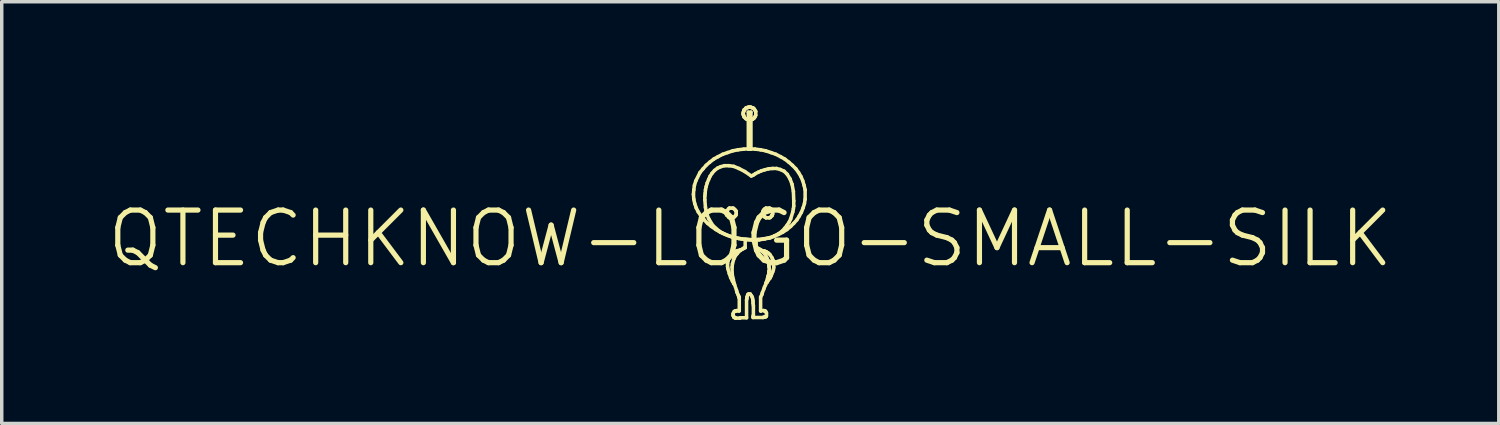
<source format=kicad_pcb>
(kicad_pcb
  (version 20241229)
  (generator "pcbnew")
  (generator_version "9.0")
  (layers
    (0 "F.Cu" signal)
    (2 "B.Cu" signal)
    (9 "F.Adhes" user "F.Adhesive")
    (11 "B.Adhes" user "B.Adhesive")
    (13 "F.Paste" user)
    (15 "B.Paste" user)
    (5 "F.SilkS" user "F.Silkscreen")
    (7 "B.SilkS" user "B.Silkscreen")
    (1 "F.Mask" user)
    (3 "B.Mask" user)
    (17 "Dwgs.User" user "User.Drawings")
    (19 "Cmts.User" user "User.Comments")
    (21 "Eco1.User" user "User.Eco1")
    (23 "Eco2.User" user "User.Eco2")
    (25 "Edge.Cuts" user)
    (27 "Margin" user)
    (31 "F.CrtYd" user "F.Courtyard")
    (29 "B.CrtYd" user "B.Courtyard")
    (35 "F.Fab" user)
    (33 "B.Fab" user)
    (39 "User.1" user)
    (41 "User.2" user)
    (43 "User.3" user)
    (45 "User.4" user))
  (footprint "QTECHKNOW-LOGO-SMALL-SILK"
    (layer "F.Cu")
    (at 18.687 3.863)
    (property "Reference" "QTECHKNOW-LOGO-SMALL-SILK" (at 0 0 0) (layer "F.SilkS") (effects (font (size 1.524 1.524) (thickness 0.15))))
    (attr exclude_from_pos_files exclude_from_bom)
    (fp_line (start -1.646 -1.283) (end -1.636 -1.412) (stroke (width 0.102) (type solid)) (layer "F.SilkS"))
    (fp_line (start -1.636 -1.412) (end -1.618 -1.542) (stroke (width 0.102) (type solid)) (layer "F.SilkS"))
    (fp_line (start -1.636 -1.143) (end -1.646 -1.283) (stroke (width 0.102) (type solid)) (layer "F.SilkS"))
    (fp_line (start -1.618 -1.542) (end -1.577 -1.674) (stroke (width 0.102) (type solid)) (layer "F.SilkS"))
    (fp_line (start -1.608 -1.013) (end -1.636 -1.143) (stroke (width 0.102) (type solid)) (layer "F.SilkS"))
    (fp_line (start -1.577 -1.674) (end -1.458 -1.913) (stroke (width 0.102) (type solid)) (layer "F.SilkS"))
    (fp_line (start -1.567 -0.892) (end -1.608 -1.013) (stroke (width 0.102) (type solid)) (layer "F.SilkS"))
    (fp_line (start -1.506 -0.772) (end -1.567 -0.892) (stroke (width 0.102) (type solid)) (layer "F.SilkS"))
    (fp_line (start -1.458 -1.913) (end -1.367 -2.022) (stroke (width 0.102) (type solid)) (layer "F.SilkS"))
    (fp_line (start -1.427 -0.653) (end -1.506 -0.772) (stroke (width 0.102) (type solid)) (layer "F.SilkS"))
    (fp_line (start -1.367 -2.022) (end -1.278 -2.123) (stroke (width 0.102) (type solid)) (layer "F.SilkS"))
    (fp_line (start -1.336 -0.544) (end -1.427 -0.653) (stroke (width 0.102) (type solid)) (layer "F.SilkS"))
    (fp_line (start -1.316 -1.232) (end -1.306 -1.313) (stroke (width 0.102) (type solid)) (layer "F.SilkS"))
    (fp_line (start -1.316 -1.123) (end -1.316 -1.232) (stroke (width 0.102) (type solid)) (layer "F.SilkS"))
    (fp_line (start -1.306 -1.313) (end -1.298 -1.412) (stroke (width 0.102) (type solid)) (layer "F.SilkS"))
    (fp_line (start -1.298 -1.412) (end -1.278 -1.504) (stroke (width 0.102) (type solid)) (layer "F.SilkS"))
    (fp_line (start -1.298 -0.902) (end -1.316 -1.123) (stroke (width 0.102) (type solid)) (layer "F.SilkS"))
    (fp_line (start -1.278 -2.123) (end -1.176 -2.212) (stroke (width 0.102) (type solid)) (layer "F.SilkS"))
    (fp_line (start -1.278 -1.504) (end -1.247 -1.613) (stroke (width 0.102) (type solid)) (layer "F.SilkS"))
    (fp_line (start -1.278 -0.792) (end -1.298 -0.902) (stroke (width 0.102) (type solid)) (layer "F.SilkS"))
    (fp_line (start -1.247 -1.613) (end -1.206 -1.712) (stroke (width 0.102) (type solid)) (layer "F.SilkS"))
    (fp_line (start -1.247 -0.683) (end -1.278 -0.792) (stroke (width 0.102) (type solid)) (layer "F.SilkS"))
    (fp_line (start -1.237 -0.442) (end -1.336 -0.544) (stroke (width 0.102) (type solid)) (layer "F.SilkS"))
    (fp_line (start -1.206 -1.712) (end -1.166 -1.803) (stroke (width 0.102) (type solid)) (layer "F.SilkS"))
    (fp_line (start -1.206 -0.582) (end -1.247 -0.683) (stroke (width 0.102) (type solid)) (layer "F.SilkS"))
    (fp_line (start -1.176 -2.212) (end -1.057 -2.304) (stroke (width 0.102) (type solid)) (layer "F.SilkS"))
    (fp_line (start -1.166 -1.803) (end -1.107 -1.892) (stroke (width 0.102) (type solid)) (layer "F.SilkS"))
    (fp_line (start -1.128 -0.353) (end -1.237 -0.442) (stroke (width 0.102) (type solid)) (layer "F.SilkS"))
    (fp_line (start -1.107 -1.892) (end -1.036 -1.974) (stroke (width 0.102) (type solid)) (layer "F.SilkS"))
    (fp_line (start -1.087 -0.384) (end -1.206 -0.582) (stroke (width 0.102) (type solid)) (layer "F.SilkS"))
    (fp_line (start -1.057 -2.304) (end -0.937 -2.372) (stroke (width 0.102) (type solid)) (layer "F.SilkS"))
    (fp_line (start -1.036 -1.974) (end -0.947 -2.042) (stroke (width 0.102) (type solid)) (layer "F.SilkS"))
    (fp_line (start -0.996 -0.262) (end -1.128 -0.353) (stroke (width 0.102) (type solid)) (layer "F.SilkS"))
    (fp_line (start -0.947 -2.042) (end -0.856 -2.083) (stroke (width 0.102) (type solid)) (layer "F.SilkS"))
    (fp_line (start -0.937 -2.372) (end -0.798 -2.443) (stroke (width 0.102) (type solid)) (layer "F.SilkS"))
    (fp_line (start -0.907 -0.224) (end -1.087 -0.384) (stroke (width 0.102) (type solid)) (layer "F.SilkS"))
    (fp_line (start -0.866 -0.183) (end -0.996 -0.262) (stroke (width 0.102) (type solid)) (layer "F.SilkS"))
    (fp_line (start -0.856 -2.083) (end -0.747 -2.113) (stroke (width 0.102) (type solid)) (layer "F.SilkS"))
    (fp_line (start -0.798 -2.443) (end -0.658 -2.492) (stroke (width 0.102) (type solid)) (layer "F.SilkS"))
    (fp_line (start -0.787 -0.152) (end -0.907 -0.224) (stroke (width 0.102) (type solid)) (layer "F.SilkS"))
    (fp_line (start -0.747 -2.113) (end -0.617 -2.113) (stroke (width 0.102) (type solid)) (layer "F.SilkS"))
    (fp_line (start -0.726 -0.122) (end -0.866 -0.183) (stroke (width 0.102) (type solid)) (layer "F.SilkS"))
    (fp_line (start -0.696 -0.752) (end -0.686 -0.772) (stroke (width 0.102) (type solid)) (layer "F.SilkS"))
    (fp_line (start -0.696 -0.724) (end -0.696 -0.752) (stroke (width 0.102) (type solid)) (layer "F.SilkS"))
    (fp_line (start -0.686 -0.803) (end -0.617 -0.874) (stroke (width 0.102) (type solid)) (layer "F.SilkS"))
    (fp_line (start -0.686 -0.772) (end -0.686 -0.803) (stroke (width 0.102) (type solid)) (layer "F.SilkS"))
    (fp_line (start -0.686 -0.714) (end -0.696 -0.724) (stroke (width 0.102) (type solid)) (layer "F.SilkS"))
    (fp_line (start -0.686 -0.683) (end -0.686 -0.714) (stroke (width 0.102) (type solid)) (layer "F.SilkS"))
    (fp_line (start -0.658 -2.492) (end -0.508 -2.543) (stroke (width 0.102) (type solid)) (layer "F.SilkS"))
    (fp_line (start -0.658 -0.094) (end -0.787 -0.152) (stroke (width 0.102) (type solid)) (layer "F.SilkS"))
    (fp_line (start -0.658 0.724) (end -0.648 0.655) (stroke (width 0.102) (type solid)) (layer "F.SilkS"))
    (fp_line (start -0.658 0.805) (end -0.658 0.724) (stroke (width 0.102) (type solid)) (layer "F.SilkS"))
    (fp_line (start -0.648 0.655) (end -0.627 0.594) (stroke (width 0.102) (type solid)) (layer "F.SilkS"))
    (fp_line (start -0.648 0.874) (end -0.658 0.805) (stroke (width 0.102) (type solid)) (layer "F.SilkS"))
    (fp_line (start -0.627 0.594) (end -0.597 0.526) (stroke (width 0.102) (type solid)) (layer "F.SilkS"))
    (fp_line (start -0.617 -2.113) (end -0.478 -2.093) (stroke (width 0.102) (type solid)) (layer "F.SilkS"))
    (fp_line (start -0.617 -0.874) (end -0.607 -0.874) (stroke (width 0.102) (type solid)) (layer "F.SilkS"))
    (fp_line (start -0.617 -0.612) (end -0.686 -0.683) (stroke (width 0.102) (type solid)) (layer "F.SilkS"))
    (fp_line (start -0.607 -0.874) (end -0.597 -0.884) (stroke (width 0.102) (type solid)) (layer "F.SilkS"))
    (fp_line (start -0.607 -0.612) (end -0.617 -0.612) (stroke (width 0.102) (type solid)) (layer "F.SilkS"))
    (fp_line (start -0.607 1.016) (end -0.648 0.874) (stroke (width 0.102) (type solid)) (layer "F.SilkS"))
    (fp_line (start -0.597 -0.884) (end -0.508 -0.884) (stroke (width 0.102) (type solid)) (layer "F.SilkS"))
    (fp_line (start -0.597 -0.602) (end -0.607 -0.612) (stroke (width 0.102) (type solid)) (layer "F.SilkS"))
    (fp_line (start -0.597 0.526) (end -0.556 0.465) (stroke (width 0.102) (type solid)) (layer "F.SilkS"))
    (fp_line (start -0.577 -0.064) (end -0.726 -0.122) (stroke (width 0.102) (type solid)) (layer "F.SilkS"))
    (fp_line (start -0.566 1.135) (end -0.607 1.016) (stroke (width 0.102) (type solid)) (layer "F.SilkS"))
    (fp_line (start -0.556 0.465) (end -0.516 0.424) (stroke (width 0.102) (type solid)) (layer "F.SilkS"))
    (fp_line (start -0.536 1.184) (end -0.566 1.135) (stroke (width 0.102) (type solid)) (layer "F.SilkS"))
    (fp_line (start -0.526 0.826) (end -0.516 0.734) (stroke (width 0.102) (type solid)) (layer "F.SilkS"))
    (fp_line (start -0.526 0.986) (end -0.526 0.826) (stroke (width 0.102) (type solid)) (layer "F.SilkS"))
    (fp_line (start -0.516 0.424) (end -0.488 0.404) (stroke (width 0.102) (type solid)) (layer "F.SilkS"))
    (fp_line (start -0.516 0.734) (end -0.478 0.594) (stroke (width 0.102) (type solid)) (layer "F.SilkS"))
    (fp_line (start -0.516 1.234) (end -0.536 1.184) (stroke (width 0.102) (type solid)) (layer "F.SilkS"))
    (fp_line (start -0.508 -2.543) (end -0.356 -2.573) (stroke (width 0.102) (type solid)) (layer "F.SilkS"))
    (fp_line (start -0.508 -0.884) (end -0.498 -0.874) (stroke (width 0.102) (type solid)) (layer "F.SilkS"))
    (fp_line (start -0.508 -0.602) (end -0.597 -0.602) (stroke (width 0.102) (type solid)) (layer "F.SilkS"))
    (fp_line (start -0.508 -0.043) (end -0.658 -0.094) (stroke (width 0.102) (type solid)) (layer "F.SilkS"))
    (fp_line (start -0.508 1.125) (end -0.526 0.986) (stroke (width 0.102) (type solid)) (layer "F.SilkS"))
    (fp_line (start -0.498 -0.874) (end -0.478 -0.874) (stroke (width 0.102) (type solid)) (layer "F.SilkS"))
    (fp_line (start -0.498 -0.612) (end -0.508 -0.602) (stroke (width 0.102) (type solid)) (layer "F.SilkS"))
    (fp_line (start -0.498 2.174) (end -0.467 2.116) (stroke (width 0.102) (type solid)) (layer "F.SilkS"))
    (fp_line (start -0.498 2.225) (end -0.498 2.174) (stroke (width 0.102) (type solid)) (layer "F.SilkS"))
    (fp_line (start -0.488 0.404) (end -0.457 0.376) (stroke (width 0.102) (type solid)) (layer "F.SilkS"))
    (fp_line (start -0.488 1.194) (end -0.508 1.125) (stroke (width 0.102) (type solid)) (layer "F.SilkS"))
    (fp_line (start -0.488 1.275) (end -0.516 1.234) (stroke (width 0.102) (type solid)) (layer "F.SilkS"))
    (fp_line (start -0.488 2.245) (end -0.498 2.225) (stroke (width 0.102) (type solid)) (layer "F.SilkS"))
    (fp_line (start -0.478 -2.093) (end -0.328 -2.032) (stroke (width 0.102) (type solid)) (layer "F.SilkS"))
    (fp_line (start -0.478 -0.874) (end -0.427 -0.823) (stroke (width 0.102) (type solid)) (layer "F.SilkS"))
    (fp_line (start -0.478 -0.612) (end -0.498 -0.612) (stroke (width 0.102) (type solid)) (layer "F.SilkS"))
    (fp_line (start -0.478 0.594) (end -0.417 0.475) (stroke (width 0.102) (type solid)) (layer "F.SilkS"))
    (fp_line (start -0.478 1.265) (end -0.488 1.194) (stroke (width 0.102) (type solid)) (layer "F.SilkS"))
    (fp_line (start -0.478 1.306) (end -0.488 1.275) (stroke (width 0.102) (type solid)) (layer "F.SilkS"))
    (fp_line (start -0.478 2.256) (end -0.488 2.245) (stroke (width 0.102) (type solid)) (layer "F.SilkS"))
    (fp_line (start -0.478 2.276) (end -0.478 2.256) (stroke (width 0.102) (type solid)) (layer "F.SilkS"))
    (fp_line (start -0.467 2.116) (end -0.457 2.106) (stroke (width 0.102) (type solid)) (layer "F.SilkS"))
    (fp_line (start -0.457 0.376) (end -0.437 0.376) (stroke (width 0.102) (type solid)) (layer "F.SilkS"))
    (fp_line (start -0.457 1.326) (end -0.478 1.265) (stroke (width 0.102) (type solid)) (layer "F.SilkS"))
    (fp_line (start -0.457 1.326) (end -0.478 1.306) (stroke (width 0.102) (type solid)) (layer "F.SilkS"))
    (fp_line (start -0.457 2.106) (end -0.437 2.106) (stroke (width 0.102) (type solid)) (layer "F.SilkS"))
    (fp_line (start -0.457 2.286) (end -0.478 2.276) (stroke (width 0.102) (type solid)) (layer "F.SilkS"))
    (fp_line (start -0.447 2.294) (end -0.457 2.286) (stroke (width 0.102) (type solid)) (layer "F.SilkS"))
    (fp_line (start -0.437 0.376) (end -0.396 0.356) (stroke (width 0.102) (type solid)) (layer "F.SilkS"))
    (fp_line (start -0.437 2.106) (end -0.427 2.095) (stroke (width 0.102) (type solid)) (layer "F.SilkS"))
    (fp_line (start -0.427 -0.823) (end -0.427 -0.813) (stroke (width 0.102) (type solid)) (layer "F.SilkS"))
    (fp_line (start -0.427 -0.813) (end -0.417 -0.803) (stroke (width 0.102) (type solid)) (layer "F.SilkS"))
    (fp_line (start -0.427 -0.673) (end -0.427 -0.663) (stroke (width 0.102) (type solid)) (layer "F.SilkS"))
    (fp_line (start -0.427 -0.663) (end -0.478 -0.612) (stroke (width 0.102) (type solid)) (layer "F.SilkS"))
    (fp_line (start -0.427 2.095) (end -0.406 2.095) (stroke (width 0.102) (type solid)) (layer "F.SilkS"))
    (fp_line (start -0.427 2.294) (end -0.447 2.294) (stroke (width 0.102) (type solid)) (layer "F.SilkS"))
    (fp_line (start -0.417 -0.803) (end -0.406 -0.782) (stroke (width 0.102) (type solid)) (layer "F.SilkS"))
    (fp_line (start -0.417 -0.683) (end -0.427 -0.673) (stroke (width 0.102) (type solid)) (layer "F.SilkS"))
    (fp_line (start -0.417 -0.023) (end -0.577 -0.064) (stroke (width 0.102) (type solid)) (layer "F.SilkS"))
    (fp_line (start -0.417 0.475) (end -0.376 0.434) (stroke (width 0.102) (type solid)) (layer "F.SilkS"))
    (fp_line (start -0.417 2.304) (end -0.427 2.294) (stroke (width 0.102) (type solid)) (layer "F.SilkS"))
    (fp_line (start -0.406 -0.782) (end -0.406 -0.704) (stroke (width 0.102) (type solid)) (layer "F.SilkS"))
    (fp_line (start -0.406 -0.704) (end -0.417 -0.683) (stroke (width 0.102) (type solid)) (layer "F.SilkS"))
    (fp_line (start -0.406 2.095) (end -0.386 2.085) (stroke (width 0.102) (type solid)) (layer "F.SilkS"))
    (fp_line (start -0.396 0.356) (end -0.366 0.356) (stroke (width 0.102) (type solid)) (layer "F.SilkS"))
    (fp_line (start -0.396 1.504) (end -0.457 1.326) (stroke (width 0.102) (type solid)) (layer "F.SilkS"))
    (fp_line (start -0.386 1.554) (end -0.396 1.504) (stroke (width 0.102) (type solid)) (layer "F.SilkS"))
    (fp_line (start -0.386 2.085) (end -0.348 2.085) (stroke (width 0.102) (type solid)) (layer "F.SilkS"))
    (fp_line (start -0.376 0.434) (end -0.348 0.394) (stroke (width 0.102) (type solid)) (layer "F.SilkS"))
    (fp_line (start -0.366 0.356) (end -0.348 0.345) (stroke (width 0.102) (type solid)) (layer "F.SilkS"))
    (fp_line (start -0.356 -2.573) (end -0.188 -2.593) (stroke (width 0.102) (type solid)) (layer "F.SilkS"))
    (fp_line (start -0.348 0.345) (end -0.318 0.345) (stroke (width 0.102) (type solid)) (layer "F.SilkS"))
    (fp_line (start -0.348 0.394) (end -0.307 0.356) (stroke (width 0.102) (type solid)) (layer "F.SilkS"))
    (fp_line (start -0.348 1.636) (end -0.386 1.554) (stroke (width 0.102) (type solid)) (layer "F.SilkS"))
    (fp_line (start -0.348 2.085) (end -0.338 2.095) (stroke (width 0.102) (type solid)) (layer "F.SilkS"))
    (fp_line (start -0.338 -0.003) (end -0.508 -0.043) (stroke (width 0.102) (type solid)) (layer "F.SilkS"))
    (fp_line (start -0.338 1.664) (end -0.348 1.636) (stroke (width 0.102) (type solid)) (layer "F.SilkS"))
    (fp_line (start -0.338 2.095) (end -0.318 2.095) (stroke (width 0.102) (type solid)) (layer "F.SilkS"))
    (fp_line (start -0.328 -2.032) (end -0.157 -1.943) (stroke (width 0.102) (type solid)) (layer "F.SilkS"))
    (fp_line (start -0.328 1.684) (end -0.338 1.664) (stroke (width 0.102) (type solid)) (layer "F.SilkS"))
    (fp_line (start -0.328 1.704) (end -0.328 1.684) (stroke (width 0.102) (type solid)) (layer "F.SilkS"))
    (fp_line (start -0.318 0.345) (end -0.297 0.335) (stroke (width 0.102) (type solid)) (layer "F.SilkS"))
    (fp_line (start -0.318 1.704) (end -0.328 1.704) (stroke (width 0.102) (type solid)) (layer "F.SilkS"))
    (fp_line (start -0.318 2.095) (end -0.318 1.704) (stroke (width 0.102) (type solid)) (layer "F.SilkS"))
    (fp_line (start -0.307 0.356) (end -0.277 0.335) (stroke (width 0.102) (type solid)) (layer "F.SilkS"))
    (fp_line (start -0.307 2.304) (end -0.417 2.304) (stroke (width 0.102) (type solid)) (layer "F.SilkS"))
    (fp_line (start -0.297 0.335) (end -0.287 0.335) (stroke (width 0.102) (type solid)) (layer "F.SilkS"))
    (fp_line (start -0.287 0.335) (end -0.267 0.325) (stroke (width 0.102) (type solid)) (layer "F.SilkS"))
    (fp_line (start -0.287 2.294) (end -0.307 2.304) (stroke (width 0.102) (type solid)) (layer "F.SilkS"))
    (fp_line (start -0.277 0.335) (end -0.236 0.305) (stroke (width 0.102) (type solid)) (layer "F.SilkS"))
    (fp_line (start -0.257 0.005) (end -0.417 -0.023) (stroke (width 0.102) (type solid)) (layer "F.SilkS"))
    (fp_line (start -0.236 0.305) (end -0.206 0.295) (stroke (width 0.102) (type solid)) (layer "F.SilkS"))
    (fp_line (start -0.206 -3.642) (end -0.196 -3.663) (stroke (width 0.102) (type solid)) (layer "F.SilkS"))
    (fp_line (start -0.206 -3.602) (end -0.206 -3.642) (stroke (width 0.102) (type solid)) (layer "F.SilkS"))
    (fp_line (start -0.206 0.295) (end -0.188 0.274) (stroke (width 0.102) (type solid)) (layer "F.SilkS"))
    (fp_line (start -0.196 -3.683) (end -0.188 -3.693) (stroke (width 0.102) (type solid)) (layer "F.SilkS"))
    (fp_line (start -0.196 -3.663) (end -0.196 -3.683) (stroke (width 0.102) (type solid)) (layer "F.SilkS"))
    (fp_line (start -0.196 -3.592) (end -0.206 -3.602) (stroke (width 0.102) (type solid)) (layer "F.SilkS"))
    (fp_line (start -0.196 -3.574) (end -0.196 -3.592) (stroke (width 0.102) (type solid)) (layer "F.SilkS"))
    (fp_line (start -0.188 -3.693) (end -0.178 -3.713) (stroke (width 0.102) (type solid)) (layer "F.SilkS"))
    (fp_line (start -0.188 -2.593) (end -0.028 -2.603) (stroke (width 0.102) (type solid)) (layer "F.SilkS"))
    (fp_line (start -0.188 0.274) (end -0.168 0.264) (stroke (width 0.102) (type solid)) (layer "F.SilkS"))
    (fp_line (start -0.178 -3.734) (end -0.157 -3.744) (stroke (width 0.102) (type solid)) (layer "F.SilkS"))
    (fp_line (start -0.178 -3.713) (end -0.178 -3.734) (stroke (width 0.102) (type solid)) (layer "F.SilkS"))
    (fp_line (start -0.178 -3.533) (end -0.196 -3.574) (stroke (width 0.102) (type solid)) (layer "F.SilkS"))
    (fp_line (start -0.178 -3.523) (end -0.178 -3.533) (stroke (width 0.102) (type solid)) (layer "F.SilkS"))
    (fp_line (start -0.168 0.264) (end -0.147 0.264) (stroke (width 0.102) (type solid)) (layer "F.SilkS"))
    (fp_line (start -0.157 -3.744) (end -0.147 -3.752) (stroke (width 0.102) (type solid)) (layer "F.SilkS"))
    (fp_line (start -0.157 -1.943) (end 0.03 -1.814) (stroke (width 0.102) (type solid)) (layer "F.SilkS"))
    (fp_line (start -0.147 -3.752) (end -0.137 -3.772) (stroke (width 0.102) (type solid)) (layer "F.SilkS"))
    (fp_line (start -0.147 0.025) (end -0.338 -0.003) (stroke (width 0.102) (type solid)) (layer "F.SilkS"))
    (fp_line (start -0.147 0.025) (end 0.17 0.036) (stroke (width 0.102) (type solid)) (layer "F.SilkS"))
    (fp_line (start -0.147 0.264) (end -0.147 0.025) (stroke (width 0.102) (type solid)) (layer "F.SilkS"))
    (fp_line (start -0.137 -3.772) (end -0.127 -3.782) (stroke (width 0.102) (type solid)) (layer "F.SilkS"))
    (fp_line (start -0.127 -3.782) (end -0.107 -3.792) (stroke (width 0.102) (type solid)) (layer "F.SilkS"))
    (fp_line (start -0.127 -3.472) (end -0.178 -3.523) (stroke (width 0.102) (type solid)) (layer "F.SilkS"))
    (fp_line (start -0.107 -3.792) (end -0.086 -3.792) (stroke (width 0.102) (type solid)) (layer "F.SilkS"))
    (fp_line (start -0.107 1.775) (end -0.107 2.294) (stroke (width 0.102) (type solid)) (layer "F.SilkS"))
    (fp_line (start -0.107 2.294) (end -0.287 2.294) (stroke (width 0.102) (type solid)) (layer "F.SilkS"))
    (fp_line (start -0.097 0.025) (end -0.257 0.005) (stroke (width 0.102) (type solid)) (layer "F.SilkS"))
    (fp_line (start -0.097 1.694) (end -0.097 1.735) (stroke (width 0.102) (type solid)) (layer "F.SilkS"))
    (fp_line (start -0.097 1.735) (end -0.107 1.775) (stroke (width 0.102) (type solid)) (layer "F.SilkS"))
    (fp_line (start -0.086 -3.792) (end -0.076 -3.802) (stroke (width 0.102) (type solid)) (layer "F.SilkS"))
    (fp_line (start -0.086 -3.452) (end -0.127 -3.472) (stroke (width 0.102) (type solid)) (layer "F.SilkS"))
    (fp_line (start -0.076 -3.802) (end -0.056 -3.802) (stroke (width 0.102) (type solid)) (layer "F.SilkS"))
    (fp_line (start -0.076 -3.452) (end -0.086 -3.452) (stroke (width 0.102) (type solid)) (layer "F.SilkS"))
    (fp_line (start -0.076 1.636) (end -0.097 1.694) (stroke (width 0.102) (type solid)) (layer "F.SilkS"))
    (fp_line (start -0.066 1.615) (end -0.076 1.636) (stroke (width 0.102) (type solid)) (layer "F.SilkS"))
    (fp_line (start -0.056 -3.802) (end -0.036 -3.813) (stroke (width 0.102) (type solid)) (layer "F.SilkS"))
    (fp_line (start -0.056 -3.663) (end 0.02 -3.663) (stroke (width 0.102) (type solid)) (layer "F.SilkS"))
    (fp_line (start -0.056 -3.442) (end -0.076 -3.452) (stroke (width 0.102) (type solid)) (layer "F.SilkS"))
    (fp_line (start -0.056 -2.593) (end -0.056 -3.663) (stroke (width 0.102) (type solid)) (layer "F.SilkS"))
    (fp_line (start -0.046 1.605) (end -0.066 1.615) (stroke (width 0.102) (type solid)) (layer "F.SilkS"))
    (fp_line (start -0.036 -3.813) (end 0 -3.813) (stroke (width 0.102) (type solid)) (layer "F.SilkS"))
    (fp_line (start -0.028 -2.603) (end 0.14 -2.593) (stroke (width 0.102) (type solid)) (layer "F.SilkS"))
    (fp_line (start 0 -3.813) (end 0.02 -3.802) (stroke (width 0.102) (type solid)) (layer "F.SilkS"))
    (fp_line (start 0 1.605) (end -0.046 1.605) (stroke (width 0.102) (type solid)) (layer "F.SilkS"))
    (fp_line (start 0.02 -3.802) (end 0.03 -3.802) (stroke (width 0.102) (type solid)) (layer "F.SilkS"))
    (fp_line (start 0.02 -3.663) (end 0.02 -2.593) (stroke (width 0.102) (type solid)) (layer "F.SilkS"))
    (fp_line (start 0.02 -3.442) (end -0.056 -3.442) (stroke (width 0.102) (type solid)) (layer "F.SilkS"))
    (fp_line (start 0.02 -2.593) (end -0.056 -2.593) (stroke (width 0.102) (type solid)) (layer "F.SilkS"))
    (fp_line (start 0.03 -3.802) (end 0.051 -3.792) (stroke (width 0.102) (type solid)) (layer "F.SilkS"))
    (fp_line (start 0.03 -3.452) (end 0.02 -3.442) (stroke (width 0.102) (type solid)) (layer "F.SilkS"))
    (fp_line (start 0.03 -1.814) (end 0.091 -1.841) (stroke (width 0.102) (type solid)) (layer "F.SilkS"))
    (fp_line (start 0.041 1.664) (end 0 1.605) (stroke (width 0.102) (type solid)) (layer "F.SilkS"))
    (fp_line (start 0.051 -3.792) (end 0.071 -3.792) (stroke (width 0.102) (type solid)) (layer "F.SilkS"))
    (fp_line (start 0.051 -3.452) (end 0.03 -3.452) (stroke (width 0.102) (type solid)) (layer "F.SilkS"))
    (fp_line (start 0.061 1.704) (end 0.041 1.664) (stroke (width 0.102) (type solid)) (layer "F.SilkS"))
    (fp_line (start 0.071 -3.792) (end 0.081 -3.782) (stroke (width 0.102) (type solid)) (layer "F.SilkS"))
    (fp_line (start 0.071 -3.462) (end 0.051 -3.452) (stroke (width 0.102) (type solid)) (layer "F.SilkS"))
    (fp_line (start 0.071 0.036) (end -0.147 0.025) (stroke (width 0.102) (type solid)) (layer "F.SilkS"))
    (fp_line (start 0.071 0.036) (end -0.097 0.025) (stroke (width 0.102) (type solid)) (layer "F.SilkS"))
    (fp_line (start 0.071 1.755) (end 0.061 1.704) (stroke (width 0.102) (type solid)) (layer "F.SilkS"))
    (fp_line (start 0.081 -3.782) (end 0.102 -3.772) (stroke (width 0.102) (type solid)) (layer "F.SilkS"))
    (fp_line (start 0.081 -3.472) (end 0.071 -3.462) (stroke (width 0.102) (type solid)) (layer "F.SilkS"))
    (fp_line (start 0.081 1.814) (end 0.071 1.755) (stroke (width 0.102) (type solid)) (layer "F.SilkS"))
    (fp_line (start 0.081 1.875) (end 0.081 1.814) (stroke (width 0.102) (type solid)) (layer "F.SilkS"))
    (fp_line (start 0.081 2.256) (end 0.091 2.215) (stroke (width 0.102) (type solid)) (layer "F.SilkS"))
    (fp_line (start 0.081 2.286) (end 0.081 2.256) (stroke (width 0.102) (type solid)) (layer "F.SilkS"))
    (fp_line (start 0.091 -1.841) (end 0.15 -1.882) (stroke (width 0.102) (type solid)) (layer "F.SilkS"))
    (fp_line (start 0.091 1.946) (end 0.081 1.875) (stroke (width 0.102) (type solid)) (layer "F.SilkS"))
    (fp_line (start 0.091 2.215) (end 0.091 1.946) (stroke (width 0.102) (type solid)) (layer "F.SilkS"))
    (fp_line (start 0.102 -3.772) (end 0.112 -3.752) (stroke (width 0.102) (type solid)) (layer "F.SilkS"))
    (fp_line (start 0.102 -3.482) (end 0.081 -3.472) (stroke (width 0.102) (type solid)) (layer "F.SilkS"))
    (fp_line (start 0.112 -3.752) (end 0.13 -3.734) (stroke (width 0.102) (type solid)) (layer "F.SilkS"))
    (fp_line (start 0.122 -3.503) (end 0.102 -3.482) (stroke (width 0.102) (type solid)) (layer "F.SilkS"))
    (fp_line (start 0.13 -3.734) (end 0.15 -3.693) (stroke (width 0.102) (type solid)) (layer "F.SilkS"))
    (fp_line (start 0.13 -3.523) (end 0.122 -3.503) (stroke (width 0.102) (type solid)) (layer "F.SilkS"))
    (fp_line (start 0.14 -3.533) (end 0.13 -3.523) (stroke (width 0.102) (type solid)) (layer "F.SilkS"))
    (fp_line (start 0.14 -2.593) (end 0.3 -2.573) (stroke (width 0.102) (type solid)) (layer "F.SilkS"))
    (fp_line (start 0.15 -3.693) (end 0.16 -3.683) (stroke (width 0.102) (type solid)) (layer "F.SilkS"))
    (fp_line (start 0.15 -1.882) (end 0.231 -1.923) (stroke (width 0.102) (type solid)) (layer "F.SilkS"))
    (fp_line (start 0.16 -3.683) (end 0.16 -3.574) (stroke (width 0.102) (type solid)) (layer "F.SilkS"))
    (fp_line (start 0.16 -3.574) (end 0.14 -3.533) (stroke (width 0.102) (type solid)) (layer "F.SilkS"))
    (fp_line (start 0.17 0.036) (end 0.17 0.264) (stroke (width 0.102) (type solid)) (layer "F.SilkS"))
    (fp_line (start 0.17 0.264) (end 0.231 0.284) (stroke (width 0.102) (type solid)) (layer "F.SilkS"))
    (fp_line (start 0.231 -1.923) (end 0.32 -1.963) (stroke (width 0.102) (type solid)) (layer "F.SilkS"))
    (fp_line (start 0.231 0.025) (end 0.071 0.036) (stroke (width 0.102) (type solid)) (layer "F.SilkS"))
    (fp_line (start 0.231 0.284) (end 0.29 0.315) (stroke (width 0.102) (type solid)) (layer "F.SilkS"))
    (fp_line (start 0.262 0.036) (end 0.071 0.036) (stroke (width 0.102) (type solid)) (layer "F.SilkS"))
    (fp_line (start 0.29 0.315) (end 0.34 0.356) (stroke (width 0.102) (type solid)) (layer "F.SilkS"))
    (fp_line (start 0.3 -2.573) (end 0.45 -2.543) (stroke (width 0.102) (type solid)) (layer "F.SilkS"))
    (fp_line (start 0.3 1.694) (end 0.3 2.095) (stroke (width 0.102) (type solid)) (layer "F.SilkS"))
    (fp_line (start 0.3 2.095) (end 0.31 2.095) (stroke (width 0.102) (type solid)) (layer "F.SilkS"))
    (fp_line (start 0.31 2.095) (end 0.32 2.085) (stroke (width 0.102) (type solid)) (layer "F.SilkS"))
    (fp_line (start 0.32 -1.963) (end 0.422 -1.994) (stroke (width 0.102) (type solid)) (layer "F.SilkS"))
    (fp_line (start 0.32 2.085) (end 0.391 2.085) (stroke (width 0.102) (type solid)) (layer "F.SilkS"))
    (fp_line (start 0.34 0.345) (end 0.32 0.345) (stroke (width 0.102) (type solid)) (layer "F.SilkS"))
    (fp_line (start 0.34 0.356) (end 0.381 0.404) (stroke (width 0.102) (type solid)) (layer "F.SilkS"))
    (fp_line (start 0.34 1.615) (end 0.3 1.694) (stroke (width 0.102) (type solid)) (layer "F.SilkS"))
    (fp_line (start 0.351 0.356) (end 0.34 0.345) (stroke (width 0.102) (type solid)) (layer "F.SilkS"))
    (fp_line (start 0.351 1.565) (end 0.34 1.615) (stroke (width 0.102) (type solid)) (layer "F.SilkS"))
    (fp_line (start 0.361 -0.752) (end 0.371 -0.772) (stroke (width 0.102) (type solid)) (layer "F.SilkS"))
    (fp_line (start 0.361 -0.724) (end 0.361 -0.752) (stroke (width 0.102) (type solid)) (layer "F.SilkS"))
    (fp_line (start 0.371 -0.803) (end 0.401 -0.833) (stroke (width 0.102) (type solid)) (layer "F.SilkS"))
    (fp_line (start 0.371 -0.772) (end 0.371 -0.803) (stroke (width 0.102) (type solid)) (layer "F.SilkS"))
    (fp_line (start 0.371 -0.714) (end 0.361 -0.724) (stroke (width 0.102) (type solid)) (layer "F.SilkS"))
    (fp_line (start 0.371 -0.683) (end 0.371 -0.714) (stroke (width 0.102) (type solid)) (layer "F.SilkS"))
    (fp_line (start 0.371 2.286) (end 0.081 2.286) (stroke (width 0.102) (type solid)) (layer "F.SilkS"))
    (fp_line (start 0.381 0.404) (end 0.422 0.445) (stroke (width 0.102) (type solid)) (layer "F.SilkS"))
    (fp_line (start 0.391 0.005) (end 0.231 0.025) (stroke (width 0.102) (type solid)) (layer "F.SilkS"))
    (fp_line (start 0.391 0.356) (end 0.351 0.356) (stroke (width 0.102) (type solid)) (layer "F.SilkS"))
    (fp_line (start 0.391 1.466) (end 0.351 1.565) (stroke (width 0.102) (type solid)) (layer "F.SilkS"))
    (fp_line (start 0.391 2.085) (end 0.411 2.095) (stroke (width 0.102) (type solid)) (layer "F.SilkS"))
    (fp_line (start 0.391 2.276) (end 0.371 2.286) (stroke (width 0.102) (type solid)) (layer "F.SilkS"))
    (fp_line (start 0.401 -0.843) (end 0.411 -0.853) (stroke (width 0.102) (type solid)) (layer "F.SilkS"))
    (fp_line (start 0.401 -0.833) (end 0.401 -0.843) (stroke (width 0.102) (type solid)) (layer "F.SilkS"))
    (fp_line (start 0.401 -0.653) (end 0.371 -0.683) (stroke (width 0.102) (type solid)) (layer "F.SilkS"))
    (fp_line (start 0.401 -0.643) (end 0.401 -0.653) (stroke (width 0.102) (type solid)) (layer "F.SilkS"))
    (fp_line (start 0.401 0.366) (end 0.391 0.356) (stroke (width 0.102) (type solid)) (layer "F.SilkS"))
    (fp_line (start 0.411 -0.853) (end 0.432 -0.864) (stroke (width 0.102) (type solid)) (layer "F.SilkS"))
    (fp_line (start 0.411 -0.632) (end 0.401 -0.643) (stroke (width 0.102) (type solid)) (layer "F.SilkS"))
    (fp_line (start 0.411 1.405) (end 0.391 1.466) (stroke (width 0.102) (type solid)) (layer "F.SilkS"))
    (fp_line (start 0.411 2.095) (end 0.432 2.095) (stroke (width 0.102) (type solid)) (layer "F.SilkS"))
    (fp_line (start 0.422 -1.994) (end 0.531 -2.022) (stroke (width 0.102) (type solid)) (layer "F.SilkS"))
    (fp_line (start 0.422 0.366) (end 0.401 0.366) (stroke (width 0.102) (type solid)) (layer "F.SilkS"))
    (fp_line (start 0.422 0.445) (end 0.45 0.495) (stroke (width 0.102) (type solid)) (layer "F.SilkS"))
    (fp_line (start 0.422 2.276) (end 0.391 2.276) (stroke (width 0.102) (type solid)) (layer "F.SilkS"))
    (fp_line (start 0.432 -0.864) (end 0.442 -0.874) (stroke (width 0.102) (type solid)) (layer "F.SilkS"))
    (fp_line (start 0.432 -0.622) (end 0.411 -0.632) (stroke (width 0.102) (type solid)) (layer "F.SilkS"))
    (fp_line (start 0.432 0.005) (end 0.262 0.036) (stroke (width 0.102) (type solid)) (layer "F.SilkS"))
    (fp_line (start 0.432 0.376) (end 0.422 0.366) (stroke (width 0.102) (type solid)) (layer "F.SilkS"))
    (fp_line (start 0.432 2.095) (end 0.45 2.116) (stroke (width 0.102) (type solid)) (layer "F.SilkS"))
    (fp_line (start 0.432 2.266) (end 0.422 2.276) (stroke (width 0.102) (type solid)) (layer "F.SilkS"))
    (fp_line (start 0.442 -0.874) (end 0.45 -0.874) (stroke (width 0.102) (type solid)) (layer "F.SilkS"))
    (fp_line (start 0.442 -0.612) (end 0.432 -0.622) (stroke (width 0.102) (type solid)) (layer "F.SilkS"))
    (fp_line (start 0.442 1.344) (end 0.411 1.405) (stroke (width 0.102) (type solid)) (layer "F.SilkS"))
    (fp_line (start 0.442 2.266) (end 0.432 2.266) (stroke (width 0.102) (type solid)) (layer "F.SilkS"))
    (fp_line (start 0.45 -2.543) (end 0.602 -2.492) (stroke (width 0.102) (type solid)) (layer "F.SilkS"))
    (fp_line (start 0.45 -0.874) (end 0.46 -0.884) (stroke (width 0.102) (type solid)) (layer "F.SilkS"))
    (fp_line (start 0.45 -0.612) (end 0.442 -0.612) (stroke (width 0.102) (type solid)) (layer "F.SilkS"))
    (fp_line (start 0.45 0.376) (end 0.432 0.376) (stroke (width 0.102) (type solid)) (layer "F.SilkS"))
    (fp_line (start 0.45 0.495) (end 0.48 0.554) (stroke (width 0.102) (type solid)) (layer "F.SilkS"))
    (fp_line (start 0.45 1.306) (end 0.49 1.265) (stroke (width 0.102) (type solid)) (layer "F.SilkS"))
    (fp_line (start 0.45 2.116) (end 0.47 2.154) (stroke (width 0.102) (type solid)) (layer "F.SilkS"))
    (fp_line (start 0.45 2.256) (end 0.442 2.266) (stroke (width 0.102) (type solid)) (layer "F.SilkS"))
    (fp_line (start 0.46 -0.884) (end 0.551 -0.884) (stroke (width 0.102) (type solid)) (layer "F.SilkS"))
    (fp_line (start 0.46 -0.602) (end 0.45 -0.612) (stroke (width 0.102) (type solid)) (layer "F.SilkS"))
    (fp_line (start 0.46 0.384) (end 0.45 0.376) (stroke (width 0.102) (type solid)) (layer "F.SilkS"))
    (fp_line (start 0.46 1.275) (end 0.442 1.344) (stroke (width 0.102) (type solid)) (layer "F.SilkS"))
    (fp_line (start 0.46 2.245) (end 0.46 2.256) (stroke (width 0.102) (type solid)) (layer "F.SilkS"))
    (fp_line (start 0.46 2.256) (end 0.45 2.256) (stroke (width 0.102) (type solid)) (layer "F.SilkS"))
    (fp_line (start 0.47 2.154) (end 0.47 2.235) (stroke (width 0.102) (type solid)) (layer "F.SilkS"))
    (fp_line (start 0.47 2.235) (end 0.46 2.245) (stroke (width 0.102) (type solid)) (layer "F.SilkS"))
    (fp_line (start 0.48 0.394) (end 0.46 0.384) (stroke (width 0.102) (type solid)) (layer "F.SilkS"))
    (fp_line (start 0.48 0.554) (end 0.5 0.605) (stroke (width 0.102) (type solid)) (layer "F.SilkS"))
    (fp_line (start 0.49 0.404) (end 0.48 0.394) (stroke (width 0.102) (type solid)) (layer "F.SilkS"))
    (fp_line (start 0.49 1.265) (end 0.511 1.224) (stroke (width 0.102) (type solid)) (layer "F.SilkS"))
    (fp_line (start 0.5 0.605) (end 0.511 0.655) (stroke (width 0.102) (type solid)) (layer "F.SilkS"))
    (fp_line (start 0.5 1.156) (end 0.46 1.275) (stroke (width 0.102) (type solid)) (layer "F.SilkS"))
    (fp_line (start 0.511 0.655) (end 0.531 0.714) (stroke (width 0.102) (type solid)) (layer "F.SilkS"))
    (fp_line (start 0.511 1.095) (end 0.5 1.156) (stroke (width 0.102) (type solid)) (layer "F.SilkS"))
    (fp_line (start 0.511 1.224) (end 0.572 1.146) (stroke (width 0.102) (type solid)) (layer "F.SilkS"))
    (fp_line (start 0.531 -2.022) (end 0.65 -2.032) (stroke (width 0.102) (type solid)) (layer "F.SilkS"))
    (fp_line (start 0.531 0.424) (end 0.49 0.404) (stroke (width 0.102) (type solid)) (layer "F.SilkS"))
    (fp_line (start 0.531 0.714) (end 0.541 0.765) (stroke (width 0.102) (type solid)) (layer "F.SilkS"))
    (fp_line (start 0.531 1.044) (end 0.511 1.095) (stroke (width 0.102) (type solid)) (layer "F.SilkS"))
    (fp_line (start 0.541 -0.023) (end 0.391 0.005) (stroke (width 0.102) (type solid)) (layer "F.SilkS"))
    (fp_line (start 0.541 0.765) (end 0.541 0.805) (stroke (width 0.102) (type solid)) (layer "F.SilkS"))
    (fp_line (start 0.541 0.805) (end 0.551 0.856) (stroke (width 0.102) (type solid)) (layer "F.SilkS"))
    (fp_line (start 0.541 0.945) (end 0.541 0.996) (stroke (width 0.102) (type solid)) (layer "F.SilkS"))
    (fp_line (start 0.541 0.996) (end 0.531 1.044) (stroke (width 0.102) (type solid)) (layer "F.SilkS"))
    (fp_line (start 0.551 -0.884) (end 0.561 -0.874) (stroke (width 0.102) (type solid)) (layer "F.SilkS"))
    (fp_line (start 0.551 -0.602) (end 0.46 -0.602) (stroke (width 0.102) (type solid)) (layer "F.SilkS"))
    (fp_line (start 0.551 0.856) (end 0.551 0.925) (stroke (width 0.102) (type solid)) (layer "F.SilkS"))
    (fp_line (start 0.551 0.925) (end 0.541 0.945) (stroke (width 0.102) (type solid)) (layer "F.SilkS"))
    (fp_line (start 0.561 -0.874) (end 0.582 -0.874) (stroke (width 0.102) (type solid)) (layer "F.SilkS"))
    (fp_line (start 0.561 -0.612) (end 0.551 -0.602) (stroke (width 0.102) (type solid)) (layer "F.SilkS"))
    (fp_line (start 0.572 0.465) (end 0.531 0.424) (stroke (width 0.102) (type solid)) (layer "F.SilkS"))
    (fp_line (start 0.572 1.146) (end 0.602 1.085) (stroke (width 0.102) (type solid)) (layer "F.SilkS"))
    (fp_line (start 0.582 -0.874) (end 0.63 -0.823) (stroke (width 0.102) (type solid)) (layer "F.SilkS"))
    (fp_line (start 0.582 -0.612) (end 0.561 -0.612) (stroke (width 0.102) (type solid)) (layer "F.SilkS"))
    (fp_line (start 0.582 -0.023) (end 0.432 0.005) (stroke (width 0.102) (type solid)) (layer "F.SilkS"))
    (fp_line (start 0.602 -2.492) (end 0.742 -2.443) (stroke (width 0.102) (type solid)) (layer "F.SilkS"))
    (fp_line (start 0.602 1.085) (end 0.62 1.034) (stroke (width 0.102) (type solid)) (layer "F.SilkS"))
    (fp_line (start 0.62 1.034) (end 0.65 0.965) (stroke (width 0.102) (type solid)) (layer "F.SilkS"))
    (fp_line (start 0.63 -0.823) (end 0.63 -0.813) (stroke (width 0.102) (type solid)) (layer "F.SilkS"))
    (fp_line (start 0.63 -0.813) (end 0.64 -0.803) (stroke (width 0.102) (type solid)) (layer "F.SilkS"))
    (fp_line (start 0.63 -0.673) (end 0.63 -0.663) (stroke (width 0.102) (type solid)) (layer "F.SilkS"))
    (fp_line (start 0.63 -0.663) (end 0.582 -0.612) (stroke (width 0.102) (type solid)) (layer "F.SilkS"))
    (fp_line (start 0.63 0.554) (end 0.572 0.465) (stroke (width 0.102) (type solid)) (layer "F.SilkS"))
    (fp_line (start 0.64 -0.803) (end 0.64 -0.782) (stroke (width 0.102) (type solid)) (layer "F.SilkS"))
    (fp_line (start 0.64 -0.782) (end 0.65 -0.772) (stroke (width 0.102) (type solid)) (layer "F.SilkS"))
    (fp_line (start 0.64 -0.704) (end 0.64 -0.683) (stroke (width 0.102) (type solid)) (layer "F.SilkS"))
    (fp_line (start 0.64 -0.683) (end 0.63 -0.673) (stroke (width 0.102) (type solid)) (layer "F.SilkS"))
    (fp_line (start 0.65 -2.032) (end 0.762 -2.032) (stroke (width 0.102) (type solid)) (layer "F.SilkS"))
    (fp_line (start 0.65 -0.772) (end 0.65 -0.714) (stroke (width 0.102) (type solid)) (layer "F.SilkS"))
    (fp_line (start 0.65 -0.714) (end 0.64 -0.704) (stroke (width 0.102) (type solid)) (layer "F.SilkS"))
    (fp_line (start 0.65 0.965) (end 0.671 0.904) (stroke (width 0.102) (type solid)) (layer "F.SilkS"))
    (fp_line (start 0.66 0.625) (end 0.63 0.554) (stroke (width 0.102) (type solid)) (layer "F.SilkS"))
    (fp_line (start 0.671 0.904) (end 0.681 0.836) (stroke (width 0.102) (type solid)) (layer "F.SilkS"))
    (fp_line (start 0.681 -0.064) (end 0.541 -0.023) (stroke (width 0.102) (type solid)) (layer "F.SilkS"))
    (fp_line (start 0.681 0.696) (end 0.66 0.625) (stroke (width 0.102) (type solid)) (layer "F.SilkS"))
    (fp_line (start 0.681 0.836) (end 0.681 0.696) (stroke (width 0.102) (type solid)) (layer "F.SilkS"))
    (fp_line (start 0.711 -0.084) (end 0.582 -0.023) (stroke (width 0.102) (type solid)) (layer "F.SilkS"))
    (fp_line (start 0.742 -2.443) (end 0.881 -2.372) (stroke (width 0.102) (type solid)) (layer "F.SilkS"))
    (fp_line (start 0.762 -2.032) (end 0.871 -2.002) (stroke (width 0.102) (type solid)) (layer "F.SilkS"))
    (fp_line (start 0.82 -0.142) (end 0.711 -0.084) (stroke (width 0.102) (type solid)) (layer "F.SilkS"))
    (fp_line (start 0.82 -0.122) (end 0.681 -0.064) (stroke (width 0.102) (type solid)) (layer "F.SilkS"))
    (fp_line (start 0.871 -2.002) (end 0.98 -1.953) (stroke (width 0.102) (type solid)) (layer "F.SilkS"))
    (fp_line (start 0.881 -2.372) (end 1.001 -2.304) (stroke (width 0.102) (type solid)) (layer "F.SilkS"))
    (fp_line (start 0.919 -0.213) (end 0.82 -0.142) (stroke (width 0.102) (type solid)) (layer "F.SilkS"))
    (fp_line (start 0.94 -0.183) (end 0.82 -0.122) (stroke (width 0.102) (type solid)) (layer "F.SilkS"))
    (fp_line (start 0.98 -1.953) (end 1.072 -1.862) (stroke (width 0.102) (type solid)) (layer "F.SilkS"))
    (fp_line (start 1.001 -2.304) (end 1.12 -2.212) (stroke (width 0.102) (type solid)) (layer "F.SilkS"))
    (fp_line (start 1.001 -0.302) (end 0.919 -0.213) (stroke (width 0.102) (type solid)) (layer "F.SilkS"))
    (fp_line (start 1.062 -0.262) (end 0.94 -0.183) (stroke (width 0.102) (type solid)) (layer "F.SilkS"))
    (fp_line (start 1.072 -1.862) (end 1.151 -1.732) (stroke (width 0.102) (type solid)) (layer "F.SilkS"))
    (fp_line (start 1.072 -0.394) (end 1.001 -0.302) (stroke (width 0.102) (type solid)) (layer "F.SilkS"))
    (fp_line (start 1.12 -2.212) (end 1.222 -2.123) (stroke (width 0.102) (type solid)) (layer "F.SilkS"))
    (fp_line (start 1.13 -0.483) (end 1.072 -0.394) (stroke (width 0.102) (type solid)) (layer "F.SilkS"))
    (fp_line (start 1.151 -1.732) (end 1.212 -1.572) (stroke (width 0.102) (type solid)) (layer "F.SilkS"))
    (fp_line (start 1.171 -0.572) (end 1.13 -0.483) (stroke (width 0.102) (type solid)) (layer "F.SilkS"))
    (fp_line (start 1.171 -0.353) (end 1.062 -0.262) (stroke (width 0.102) (type solid)) (layer "F.SilkS"))
    (fp_line (start 1.212 -1.572) (end 1.25 -1.364) (stroke (width 0.102) (type solid)) (layer "F.SilkS"))
    (fp_line (start 1.222 -2.123) (end 1.321 -2.022) (stroke (width 0.102) (type solid)) (layer "F.SilkS"))
    (fp_line (start 1.232 -0.772) (end 1.171 -0.572) (stroke (width 0.102) (type solid)) (layer "F.SilkS"))
    (fp_line (start 1.25 -1.364) (end 1.26 -1.092) (stroke (width 0.102) (type solid)) (layer "F.SilkS"))
    (fp_line (start 1.25 -0.864) (end 1.232 -0.772) (stroke (width 0.102) (type solid)) (layer "F.SilkS"))
    (fp_line (start 1.26 -1.092) (end 1.26 -0.942) (stroke (width 0.102) (type solid)) (layer "F.SilkS"))
    (fp_line (start 1.26 -0.942) (end 1.25 -0.864) (stroke (width 0.102) (type solid)) (layer "F.SilkS"))
    (fp_line (start 1.26 -0.442) (end 1.171 -0.353) (stroke (width 0.102) (type solid)) (layer "F.SilkS"))
    (fp_line (start 1.321 -2.022) (end 1.4 -1.913) (stroke (width 0.102) (type solid)) (layer "F.SilkS"))
    (fp_line (start 1.351 -0.544) (end 1.26 -0.442) (stroke (width 0.102) (type solid)) (layer "F.SilkS"))
    (fp_line (start 1.4 -1.913) (end 1.471 -1.793) (stroke (width 0.102) (type solid)) (layer "F.SilkS"))
    (fp_line (start 1.42 -0.653) (end 1.351 -0.544) (stroke (width 0.102) (type solid)) (layer "F.SilkS"))
    (fp_line (start 1.471 -1.793) (end 1.521 -1.674) (stroke (width 0.102) (type solid)) (layer "F.SilkS"))
    (fp_line (start 1.481 -0.762) (end 1.42 -0.653) (stroke (width 0.102) (type solid)) (layer "F.SilkS"))
    (fp_line (start 1.521 -1.674) (end 1.56 -1.542) (stroke (width 0.102) (type solid)) (layer "F.SilkS"))
    (fp_line (start 1.532 -0.892) (end 1.481 -0.762) (stroke (width 0.102) (type solid)) (layer "F.SilkS"))
    (fp_line (start 1.56 -1.542) (end 1.59 -1.412) (stroke (width 0.102) (type solid)) (layer "F.SilkS"))
    (fp_line (start 1.57 -1.013) (end 1.532 -0.892) (stroke (width 0.102) (type solid)) (layer "F.SilkS"))
    (fp_line (start 1.59 -1.412) (end 1.59 -1.143) (stroke (width 0.102) (type solid)) (layer "F.SilkS"))
    (fp_line (start 1.59 -1.143) (end 1.57 -1.013) (stroke (width 0.102) (type solid)) (layer "F.SilkS")))
  (gr_rect
    (start -3 -3)
    (end 40.374 9.218)
    (stroke (width 0.1) (type default))
    (fill no)
    (layer "Edge.Cuts")))
</source>
